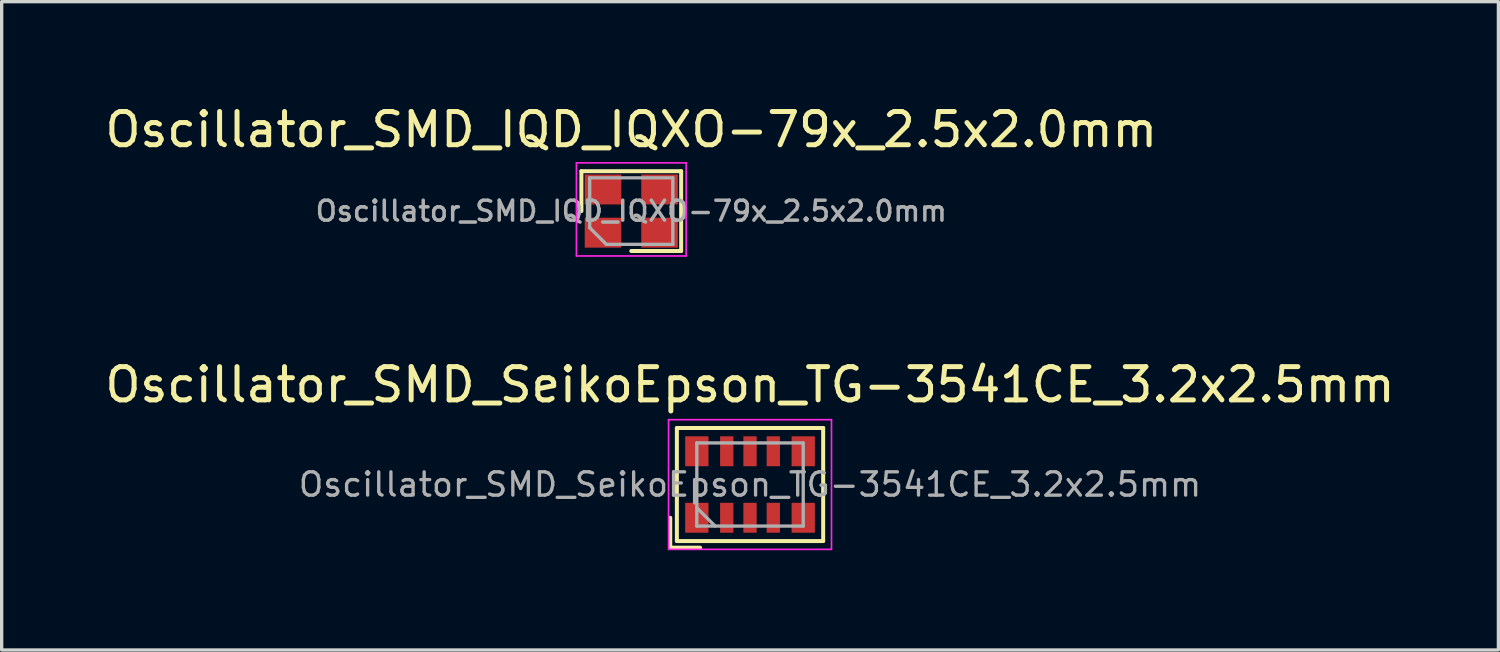
<source format=kicad_pcb>
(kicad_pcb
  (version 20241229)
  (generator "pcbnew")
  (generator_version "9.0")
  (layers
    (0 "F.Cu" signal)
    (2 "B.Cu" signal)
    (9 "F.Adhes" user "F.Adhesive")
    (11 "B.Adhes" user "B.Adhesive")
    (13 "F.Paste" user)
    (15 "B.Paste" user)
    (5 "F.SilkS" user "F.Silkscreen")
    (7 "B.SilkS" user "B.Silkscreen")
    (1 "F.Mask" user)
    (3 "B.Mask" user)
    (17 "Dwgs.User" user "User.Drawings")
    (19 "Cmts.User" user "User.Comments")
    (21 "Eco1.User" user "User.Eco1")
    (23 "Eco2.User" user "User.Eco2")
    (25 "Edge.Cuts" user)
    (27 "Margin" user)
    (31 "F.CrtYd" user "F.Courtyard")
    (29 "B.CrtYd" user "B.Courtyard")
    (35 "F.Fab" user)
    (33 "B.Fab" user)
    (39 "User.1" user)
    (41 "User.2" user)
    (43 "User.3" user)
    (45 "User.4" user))
  (footprint "Oscillator_SMD_SeikoEpson_TG-3541CE_3.2x2.5mm"
    (layer "F.Cu")
    (at 19.506 11.521)
    (property "Reference" "Oscillator_SMD_SeikoEpson_TG-3541CE_3.2x2.5mm" (at 0 -3 0) (layer "F.SilkS") (effects (font (size 1 1) (thickness 0.15))))
    (attr smd)
    (fp_line (start -2.4 1) (end -2.4 1.9) (stroke (width 0.12) (type solid)) (layer "F.SilkS"))
    (fp_line (start -2.4 1.9) (end -1.5 1.9) (stroke (width 0.12) (type solid)) (layer "F.SilkS"))
    (fp_line (start -2.2 -1.7) (end -2.2 1.7) (stroke (width 0.12) (type solid)) (layer "F.SilkS"))
    (fp_line (start -2.2 -1.7) (end 2.2 -1.7) (stroke (width 0.12) (type solid)) (layer "F.SilkS"))
    (fp_line (start -2.2 1.7) (end 2.2 1.7) (stroke (width 0.12) (type solid)) (layer "F.SilkS"))
    (fp_line (start 2.2 -1.7) (end 2.2 1.7) (stroke (width 0.12) (type solid)) (layer "F.SilkS"))
    (fp_line (start -2.45 -1.95) (end -2.45 1.95) (stroke (width 0.05) (type solid)) (layer "F.CrtYd"))
    (fp_line (start -2.45 -1.95) (end 2.45 -1.95) (stroke (width 0.05) (type solid)) (layer "F.CrtYd"))
    (fp_line (start -2.45 1.95) (end 2.45 1.95) (stroke (width 0.05) (type solid)) (layer "F.CrtYd"))
    (fp_line (start 2.45 -1.95) (end 2.45 1.95) (stroke (width 0.05) (type solid)) (layer "F.CrtYd"))
    (fp_line (start -1.6 -1.25) (end -1.6 1.25) (stroke (width 0.1) (type solid)) (layer "F.Fab"))
    (fp_line (start -1.6 0.7) (end -1.05 1.25) (stroke (width 0.1) (type solid)) (layer "F.Fab"))
    (fp_line (start 1.6 -1.25) (end -1.6 -1.25) (stroke (width 0.1) (type solid)) (layer "F.Fab"))
    (fp_line (start 1.6 1.25) (end -1.6 1.25) (stroke (width 0.1) (type solid)) (layer "F.Fab"))
    (fp_line (start 1.6 1.25) (end 1.6 -1.25) (stroke (width 0.1) (type solid)) (layer "F.Fab"))
    (fp_text user "${REFERENCE}" (at 0 0 0) (layer "F.Fab") (effects (font (size 0.7 0.7) (thickness 0.1))))
    (pad "1" smd rect (at -1.6 1) (size 0.7 0.9) (layers "F.Cu" "F.Mask" "F.Paste"))
    (pad "2" smd rect (at -0.7 1) (size 0.4 0.9) (layers "F.Cu" "F.Mask" "F.Paste"))
    (pad "3" smd rect (at 0 1) (size 0.4 0.9) (layers "F.Cu" "F.Mask" "F.Paste"))
    (pad "4" smd rect (at 0.7 1) (size 0.4 0.9) (layers "F.Cu" "F.Mask" "F.Paste"))
    (pad "5" smd rect (at 1.6 1) (size 0.7 0.9) (layers "F.Cu" "F.Mask" "F.Paste"))
    (pad "6" smd rect (at 1.6 -1) (size 0.7 0.9) (layers "F.Cu" "F.Mask" "F.Paste"))
    (pad "7" smd rect (at 0.7 -1) (size 0.4 0.9) (layers "F.Cu" "F.Mask" "F.Paste"))
    (pad "8" smd rect (at 0 -1) (size 0.4 0.9) (layers "F.Cu" "F.Mask" "F.Paste"))
    (pad "9" smd rect (at -0.7 -1) (size 0.4 0.9) (layers "F.Cu" "F.Mask" "F.Paste"))
    (pad "10" smd rect (at -1.6 -1) (size 0.7 0.9) (layers "F.Cu" "F.Mask" "F.Paste")))
  (footprint "Oscillator_SMD_IQD_IQXO-79x_2.5x2.0mm"
    (layer "F.Cu")
    (at 15.935 3.298)
    (property "Reference" "Oscillator_SMD_IQD_IQXO-79x_2.5x2.0mm" (at 0 -2.45 0) (layer "F.SilkS") (effects (font (size 1 1) (thickness 0.15))))
    (attr smd)
    (fp_line (start -1.5 -1.2) (end -1.5 0) (stroke (width 0.12) (type solid)) (layer "F.SilkS"))
    (fp_line (start -1.5 -1.2) (end 1.5 -1.2) (stroke (width 0.12) (type solid)) (layer "F.SilkS"))
    (fp_line (start 1.5 -1.2) (end 1.5 1.2) (stroke (width 0.12) (type solid)) (layer "F.SilkS"))
    (fp_line (start 1.5 1.2) (end 0 1.2) (stroke (width 0.12) (type solid)) (layer "F.SilkS"))
    (fp_line (start -1.65 -1.45) (end -1.65 1.35) (stroke (width 0.05) (type solid)) (layer "F.CrtYd"))
    (fp_line (start -1.65 1.35) (end 1.65 1.35) (stroke (width 0.05) (type solid)) (layer "F.CrtYd"))
    (fp_line (start 1.65 -1.45) (end -1.65 -1.45) (stroke (width 0.05) (type solid)) (layer "F.CrtYd"))
    (fp_line (start 1.65 -1.45) (end 1.65 1.35) (stroke (width 0.05) (type solid)) (layer "F.CrtYd"))
    (fp_line (start -1.25 -1) (end 1.25 -1) (stroke (width 0.1) (type solid)) (layer "F.Fab"))
    (fp_line (start -1.25 0.5) (end -1.25 -1) (stroke (width 0.1) (type solid)) (layer "F.Fab"))
    (fp_line (start -1.25 0.5) (end -0.75 1) (stroke (width 0.1) (type solid)) (layer "F.Fab"))
    (fp_line (start 1.25 -1) (end 1.25 1) (stroke (width 0.1) (type solid)) (layer "F.Fab"))
    (fp_line (start 1.25 1) (end -0.75 1) (stroke (width 0.1) (type solid)) (layer "F.Fab"))
    (fp_text user "${REFERENCE}" (at 0 0 0) (layer "F.Fab") (effects (font (size 0.6 0.6) (thickness 0.105))))
    (pad "1" smd rect (at -0.85 0.65) (size 1.1 0.9) (layers "F.Cu" "F.Mask" "F.Paste"))
    (pad "2" smd rect (at 0.85 0.65) (size 1.1 0.9) (layers "F.Cu" "F.Mask" "F.Paste"))
    (pad "3" smd rect (at 0.85 -0.65) (size 1.1 0.9) (layers "F.Cu" "F.Mask" "F.Paste"))
    (pad "4" smd rect (at -0.85 -0.65) (size 1.1 0.9) (layers "F.Cu" "F.Mask" "F.Paste")))
  (gr_rect
    (start -3 -3)
    (end 42.012 16.497)
    (stroke (width 0.1) (type default))
    (fill no)
    (layer "Edge.Cuts")))
</source>
